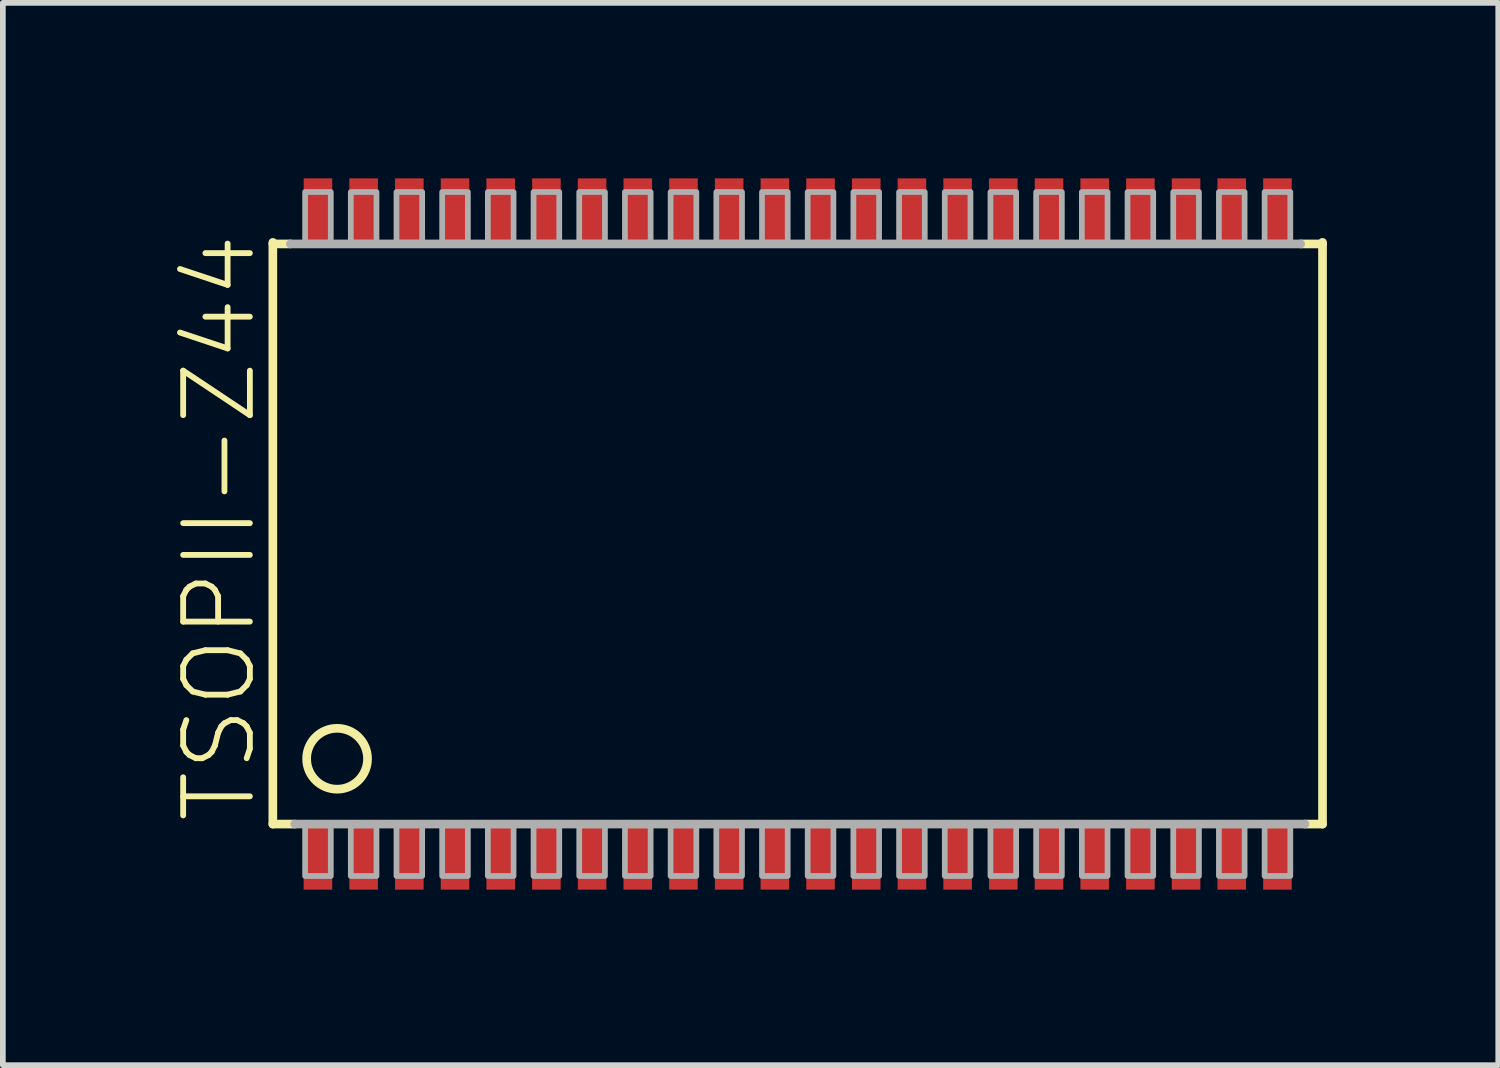
<source format=kicad_pcb>
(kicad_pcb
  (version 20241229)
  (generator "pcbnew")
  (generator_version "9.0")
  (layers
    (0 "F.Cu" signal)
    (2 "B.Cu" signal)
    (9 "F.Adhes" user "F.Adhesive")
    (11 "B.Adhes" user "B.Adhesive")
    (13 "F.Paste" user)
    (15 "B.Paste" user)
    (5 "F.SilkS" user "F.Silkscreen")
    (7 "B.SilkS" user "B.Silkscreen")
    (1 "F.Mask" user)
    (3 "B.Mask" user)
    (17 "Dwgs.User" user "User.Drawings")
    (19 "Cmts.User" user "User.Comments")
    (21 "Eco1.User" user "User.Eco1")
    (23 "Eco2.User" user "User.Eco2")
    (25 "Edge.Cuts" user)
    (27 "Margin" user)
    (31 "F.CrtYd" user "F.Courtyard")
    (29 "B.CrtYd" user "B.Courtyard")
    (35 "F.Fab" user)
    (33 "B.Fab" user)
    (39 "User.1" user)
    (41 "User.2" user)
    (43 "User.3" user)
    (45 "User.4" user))
  (footprint "TSOPII-Z44"
    (layer "F.Cu")
    (at 10.917 6.3)
    (property "Reference" "TSOPII-Z44" (at -9.444 5.105 90) (unlocked yes) (layer "F.SilkS") (effects (font (size 1.168 1.168) (thickness 0.102)) (justify left bottom)))
    (fp_poly (pts (xy -8.725 6.3) (xy -8.075 6.3) (xy -8.075 4.975) (xy -8.725 4.975)) (stroke (width 0) (type default)) (fill yes) (layer "F.Mask"))
    (fp_poly (pts (xy -8.075 -6.3) (xy -8.725 -6.3) (xy -8.725 -4.975) (xy -8.075 -4.975)) (stroke (width 0) (type default)) (fill yes) (layer "F.Mask"))
    (fp_poly (pts (xy -7.925 6.3) (xy -7.275 6.3) (xy -7.275 4.975) (xy -7.925 4.975)) (stroke (width 0) (type default)) (fill yes) (layer "F.Mask"))
    (fp_poly (pts (xy -7.275 -6.3) (xy -7.925 -6.3) (xy -7.925 -4.975) (xy -7.275 -4.975)) (stroke (width 0) (type default)) (fill yes) (layer "F.Mask"))
    (fp_poly (pts (xy -7.125 6.3) (xy -6.475 6.3) (xy -6.475 4.975) (xy -7.125 4.975)) (stroke (width 0) (type default)) (fill yes) (layer "F.Mask"))
    (fp_poly (pts (xy -6.475 -6.3) (xy -7.125 -6.3) (xy -7.125 -4.975) (xy -6.475 -4.975)) (stroke (width 0) (type default)) (fill yes) (layer "F.Mask"))
    (fp_poly (pts (xy -6.325 6.3) (xy -5.675 6.3) (xy -5.675 4.975) (xy -6.325 4.975)) (stroke (width 0) (type default)) (fill yes) (layer "F.Mask"))
    (fp_poly (pts (xy -5.675 -6.3) (xy -6.325 -6.3) (xy -6.325 -4.975) (xy -5.675 -4.975)) (stroke (width 0) (type default)) (fill yes) (layer "F.Mask"))
    (fp_poly (pts (xy -5.525 6.3) (xy -4.875 6.3) (xy -4.875 4.975) (xy -5.525 4.975)) (stroke (width 0) (type default)) (fill yes) (layer "F.Mask"))
    (fp_poly (pts (xy -4.875 -6.3) (xy -5.525 -6.3) (xy -5.525 -4.975) (xy -4.875 -4.975)) (stroke (width 0) (type default)) (fill yes) (layer "F.Mask"))
    (fp_poly (pts (xy -4.725 6.3) (xy -4.075 6.3) (xy -4.075 4.975) (xy -4.725 4.975)) (stroke (width 0) (type default)) (fill yes) (layer "F.Mask"))
    (fp_poly (pts (xy -4.075 -6.3) (xy -4.725 -6.3) (xy -4.725 -4.975) (xy -4.075 -4.975)) (stroke (width 0) (type default)) (fill yes) (layer "F.Mask"))
    (fp_poly (pts (xy -3.925 6.3) (xy -3.275 6.3) (xy -3.275 4.975) (xy -3.925 4.975)) (stroke (width 0) (type default)) (fill yes) (layer "F.Mask"))
    (fp_poly (pts (xy -3.275 -6.3) (xy -3.925 -6.3) (xy -3.925 -4.975) (xy -3.275 -4.975)) (stroke (width 0) (type default)) (fill yes) (layer "F.Mask"))
    (fp_poly (pts (xy -3.125 6.3) (xy -2.475 6.3) (xy -2.475 4.975) (xy -3.125 4.975)) (stroke (width 0) (type default)) (fill yes) (layer "F.Mask"))
    (fp_poly (pts (xy -2.475 -6.3) (xy -3.125 -6.3) (xy -3.125 -4.975) (xy -2.475 -4.975)) (stroke (width 0) (type default)) (fill yes) (layer "F.Mask"))
    (fp_poly (pts (xy -2.325 6.3) (xy -1.675 6.3) (xy -1.675 4.975) (xy -2.325 4.975)) (stroke (width 0) (type default)) (fill yes) (layer "F.Mask"))
    (fp_poly (pts (xy -1.675 -6.3) (xy -2.325 -6.3) (xy -2.325 -4.975) (xy -1.675 -4.975)) (stroke (width 0) (type default)) (fill yes) (layer "F.Mask"))
    (fp_poly (pts (xy -1.525 6.3) (xy -0.875 6.3) (xy -0.875 4.975) (xy -1.525 4.975)) (stroke (width 0) (type default)) (fill yes) (layer "F.Mask"))
    (fp_poly (pts (xy -0.875 -6.3) (xy -1.525 -6.3) (xy -1.525 -4.975) (xy -0.875 -4.975)) (stroke (width 0) (type default)) (fill yes) (layer "F.Mask"))
    (fp_poly (pts (xy -0.725 6.3) (xy -0.075 6.3) (xy -0.075 4.975) (xy -0.725 4.975)) (stroke (width 0) (type default)) (fill yes) (layer "F.Mask"))
    (fp_poly (pts (xy -0.075 -6.3) (xy -0.725 -6.3) (xy -0.725 -4.975) (xy -0.075 -4.975)) (stroke (width 0) (type default)) (fill yes) (layer "F.Mask"))
    (fp_poly (pts (xy 0.075 6.3) (xy 0.725 6.3) (xy 0.725 4.975) (xy 0.075 4.975)) (stroke (width 0) (type default)) (fill yes) (layer "F.Mask"))
    (fp_poly (pts (xy 0.725 -6.3) (xy 0.075 -6.3) (xy 0.075 -4.975) (xy 0.725 -4.975)) (stroke (width 0) (type default)) (fill yes) (layer "F.Mask"))
    (fp_poly (pts (xy 0.875 6.3) (xy 1.525 6.3) (xy 1.525 4.975) (xy 0.875 4.975)) (stroke (width 0) (type default)) (fill yes) (layer "F.Mask"))
    (fp_poly (pts (xy 1.525 -6.3) (xy 0.875 -6.3) (xy 0.875 -4.975) (xy 1.525 -4.975)) (stroke (width 0) (type default)) (fill yes) (layer "F.Mask"))
    (fp_poly (pts (xy 1.675 6.3) (xy 2.325 6.3) (xy 2.325 4.975) (xy 1.675 4.975)) (stroke (width 0) (type default)) (fill yes) (layer "F.Mask"))
    (fp_poly (pts (xy 2.325 -6.3) (xy 1.675 -6.3) (xy 1.675 -4.975) (xy 2.325 -4.975)) (stroke (width 0) (type default)) (fill yes) (layer "F.Mask"))
    (fp_poly (pts (xy 2.475 6.3) (xy 3.125 6.3) (xy 3.125 4.975) (xy 2.475 4.975)) (stroke (width 0) (type default)) (fill yes) (layer "F.Mask"))
    (fp_poly (pts (xy 3.125 -6.3) (xy 2.475 -6.3) (xy 2.475 -4.975) (xy 3.125 -4.975)) (stroke (width 0) (type default)) (fill yes) (layer "F.Mask"))
    (fp_poly (pts (xy 3.275 6.3) (xy 3.925 6.3) (xy 3.925 4.975) (xy 3.275 4.975)) (stroke (width 0) (type default)) (fill yes) (layer "F.Mask"))
    (fp_poly (pts (xy 3.925 -6.3) (xy 3.275 -6.3) (xy 3.275 -4.975) (xy 3.925 -4.975)) (stroke (width 0) (type default)) (fill yes) (layer "F.Mask"))
    (fp_poly (pts (xy 4.075 6.3) (xy 4.725 6.3) (xy 4.725 4.975) (xy 4.075 4.975)) (stroke (width 0) (type default)) (fill yes) (layer "F.Mask"))
    (fp_poly (pts (xy 4.725 -6.3) (xy 4.075 -6.3) (xy 4.075 -4.975) (xy 4.725 -4.975)) (stroke (width 0) (type default)) (fill yes) (layer "F.Mask"))
    (fp_poly (pts (xy 4.875 6.3) (xy 5.525 6.3) (xy 5.525 4.975) (xy 4.875 4.975)) (stroke (width 0) (type default)) (fill yes) (layer "F.Mask"))
    (fp_poly (pts (xy 5.525 -6.3) (xy 4.875 -6.3) (xy 4.875 -4.975) (xy 5.525 -4.975)) (stroke (width 0) (type default)) (fill yes) (layer "F.Mask"))
    (fp_poly (pts (xy 5.675 6.3) (xy 6.325 6.3) (xy 6.325 4.975) (xy 5.675 4.975)) (stroke (width 0) (type default)) (fill yes) (layer "F.Mask"))
    (fp_poly (pts (xy 6.325 -6.3) (xy 5.675 -6.3) (xy 5.675 -4.975) (xy 6.325 -4.975)) (stroke (width 0) (type default)) (fill yes) (layer "F.Mask"))
    (fp_poly (pts (xy 6.475 6.3) (xy 7.125 6.3) (xy 7.125 4.975) (xy 6.475 4.975)) (stroke (width 0) (type default)) (fill yes) (layer "F.Mask"))
    (fp_poly (pts (xy 7.125 -6.3) (xy 6.475 -6.3) (xy 6.475 -4.975) (xy 7.125 -4.975)) (stroke (width 0) (type default)) (fill yes) (layer "F.Mask"))
    (fp_poly (pts (xy 7.275 6.3) (xy 7.925 6.3) (xy 7.925 4.975) (xy 7.275 4.975)) (stroke (width 0) (type default)) (fill yes) (layer "F.Mask"))
    (fp_poly (pts (xy 7.925 -6.3) (xy 7.275 -6.3) (xy 7.275 -4.975) (xy 7.925 -4.975)) (stroke (width 0) (type default)) (fill yes) (layer "F.Mask"))
    (fp_poly (pts (xy 8.075 6.3) (xy 8.725 6.3) (xy 8.725 4.975) (xy 8.075 4.975)) (stroke (width 0) (type default)) (fill yes) (layer "F.Mask"))
    (fp_poly (pts (xy 8.725 -6.3) (xy 8.075 -6.3) (xy 8.075 -4.975) (xy 8.725 -4.975)) (stroke (width 0) (type default)) (fill yes) (layer "F.Mask"))
    (fp_line (start -9.19 -5.106) (end -9.19 5.079) (stroke (width 0.152) (type solid)) (layer "F.SilkS"))
    (fp_line (start -9.19 5.079) (end -8.807 5.079) (stroke (width 0.152) (type solid)) (layer "F.SilkS"))
    (fp_line (start -9.189 -5.079) (end -8.882 -5.079) (stroke (width 0.152) (type solid)) (layer "F.SilkS"))
    (fp_line (start 9.189 5.079) (end 8.882 5.079) (stroke (width 0.152) (type solid)) (layer "F.SilkS"))
    (fp_line (start 9.189 5.079) (end 9.189 -5.106) (stroke (width 0.152) (type solid)) (layer "F.SilkS"))
    (fp_line (start 9.19 -5.079) (end 8.807 -5.079) (stroke (width 0.152) (type solid)) (layer "F.SilkS"))
    (fp_circle (center -8.065 3.935) (end -7.532 3.935) (stroke (width 0.152) (type solid)) (fill no) (layer "F.SilkS"))
    (fp_poly (pts (xy -8.625 6.175) (xy -8.175 6.175) (xy -8.175 5.05) (xy -8.625 5.05)) (stroke (width 0) (type default)) (fill yes) (layer "F.Paste"))
    (fp_poly (pts (xy -8.175 -6.175) (xy -8.625 -6.175) (xy -8.625 -5.05) (xy -8.175 -5.05)) (stroke (width 0) (type default)) (fill yes) (layer "F.Paste"))
    (fp_poly (pts (xy -7.825 6.175) (xy -7.375 6.175) (xy -7.375 5.05) (xy -7.825 5.05)) (stroke (width 0) (type default)) (fill yes) (layer "F.Paste"))
    (fp_poly (pts (xy -7.375 -6.175) (xy -7.825 -6.175) (xy -7.825 -5.05) (xy -7.375 -5.05)) (stroke (width 0) (type default)) (fill yes) (layer "F.Paste"))
    (fp_poly (pts (xy -7.025 6.175) (xy -6.575 6.175) (xy -6.575 5.05) (xy -7.025 5.05)) (stroke (width 0) (type default)) (fill yes) (layer "F.Paste"))
    (fp_poly (pts (xy -6.575 -6.175) (xy -7.025 -6.175) (xy -7.025 -5.05) (xy -6.575 -5.05)) (stroke (width 0) (type default)) (fill yes) (layer "F.Paste"))
    (fp_poly (pts (xy -6.225 6.175) (xy -5.775 6.175) (xy -5.775 5.05) (xy -6.225 5.05)) (stroke (width 0) (type default)) (fill yes) (layer "F.Paste"))
    (fp_poly (pts (xy -5.775 -6.175) (xy -6.225 -6.175) (xy -6.225 -5.05) (xy -5.775 -5.05)) (stroke (width 0) (type default)) (fill yes) (layer "F.Paste"))
    (fp_poly (pts (xy -5.425 6.175) (xy -4.975 6.175) (xy -4.975 5.05) (xy -5.425 5.05)) (stroke (width 0) (type default)) (fill yes) (layer "F.Paste"))
    (fp_poly (pts (xy -4.975 -6.175) (xy -5.425 -6.175) (xy -5.425 -5.05) (xy -4.975 -5.05)) (stroke (width 0) (type default)) (fill yes) (layer "F.Paste"))
    (fp_poly (pts (xy -4.625 6.175) (xy -4.175 6.175) (xy -4.175 5.05) (xy -4.625 5.05)) (stroke (width 0) (type default)) (fill yes) (layer "F.Paste"))
    (fp_poly (pts (xy -4.175 -6.175) (xy -4.625 -6.175) (xy -4.625 -5.05) (xy -4.175 -5.05)) (stroke (width 0) (type default)) (fill yes) (layer "F.Paste"))
    (fp_poly (pts (xy -3.825 6.175) (xy -3.375 6.175) (xy -3.375 5.05) (xy -3.825 5.05)) (stroke (width 0) (type default)) (fill yes) (layer "F.Paste"))
    (fp_poly (pts (xy -3.375 -6.175) (xy -3.825 -6.175) (xy -3.825 -5.05) (xy -3.375 -5.05)) (stroke (width 0) (type default)) (fill yes) (layer "F.Paste"))
    (fp_poly (pts (xy -3.025 6.175) (xy -2.575 6.175) (xy -2.575 5.05) (xy -3.025 5.05)) (stroke (width 0) (type default)) (fill yes) (layer "F.Paste"))
    (fp_poly (pts (xy -2.575 -6.175) (xy -3.025 -6.175) (xy -3.025 -5.05) (xy -2.575 -5.05)) (stroke (width 0) (type default)) (fill yes) (layer "F.Paste"))
    (fp_poly (pts (xy -2.225 6.175) (xy -1.775 6.175) (xy -1.775 5.05) (xy -2.225 5.05)) (stroke (width 0) (type default)) (fill yes) (layer "F.Paste"))
    (fp_poly (pts (xy -1.775 -6.175) (xy -2.225 -6.175) (xy -2.225 -5.05) (xy -1.775 -5.05)) (stroke (width 0) (type default)) (fill yes) (layer "F.Paste"))
    (fp_poly (pts (xy -1.425 6.175) (xy -0.975 6.175) (xy -0.975 5.05) (xy -1.425 5.05)) (stroke (width 0) (type default)) (fill yes) (layer "F.Paste"))
    (fp_poly (pts (xy -0.975 -6.175) (xy -1.425 -6.175) (xy -1.425 -5.05) (xy -0.975 -5.05)) (stroke (width 0) (type default)) (fill yes) (layer "F.Paste"))
    (fp_poly (pts (xy -0.625 6.175) (xy -0.175 6.175) (xy -0.175 5.05) (xy -0.625 5.05)) (stroke (width 0) (type default)) (fill yes) (layer "F.Paste"))
    (fp_poly (pts (xy -0.175 -6.175) (xy -0.625 -6.175) (xy -0.625 -5.05) (xy -0.175 -5.05)) (stroke (width 0) (type default)) (fill yes) (layer "F.Paste"))
    (fp_poly (pts (xy 0.175 6.175) (xy 0.625 6.175) (xy 0.625 5.05) (xy 0.175 5.05)) (stroke (width 0) (type default)) (fill yes) (layer "F.Paste"))
    (fp_poly (pts (xy 0.625 -6.175) (xy 0.175 -6.175) (xy 0.175 -5.05) (xy 0.625 -5.05)) (stroke (width 0) (type default)) (fill yes) (layer "F.Paste"))
    (fp_poly (pts (xy 0.975 6.175) (xy 1.425 6.175) (xy 1.425 5.05) (xy 0.975 5.05)) (stroke (width 0) (type default)) (fill yes) (layer "F.Paste"))
    (fp_poly (pts (xy 1.425 -6.175) (xy 0.975 -6.175) (xy 0.975 -5.05) (xy 1.425 -5.05)) (stroke (width 0) (type default)) (fill yes) (layer "F.Paste"))
    (fp_poly (pts (xy 1.775 6.175) (xy 2.225 6.175) (xy 2.225 5.05) (xy 1.775 5.05)) (stroke (width 0) (type default)) (fill yes) (layer "F.Paste"))
    (fp_poly (pts (xy 2.225 -6.175) (xy 1.775 -6.175) (xy 1.775 -5.05) (xy 2.225 -5.05)) (stroke (width 0) (type default)) (fill yes) (layer "F.Paste"))
    (fp_poly (pts (xy 2.575 6.175) (xy 3.025 6.175) (xy 3.025 5.05) (xy 2.575 5.05)) (stroke (width 0) (type default)) (fill yes) (layer "F.Paste"))
    (fp_poly (pts (xy 3.025 -6.175) (xy 2.575 -6.175) (xy 2.575 -5.05) (xy 3.025 -5.05)) (stroke (width 0) (type default)) (fill yes) (layer "F.Paste"))
    (fp_poly (pts (xy 3.375 6.175) (xy 3.825 6.175) (xy 3.825 5.05) (xy 3.375 5.05)) (stroke (width 0) (type default)) (fill yes) (layer "F.Paste"))
    (fp_poly (pts (xy 3.825 -6.175) (xy 3.375 -6.175) (xy 3.375 -5.05) (xy 3.825 -5.05)) (stroke (width 0) (type default)) (fill yes) (layer "F.Paste"))
    (fp_poly (pts (xy 4.175 6.175) (xy 4.625 6.175) (xy 4.625 5.05) (xy 4.175 5.05)) (stroke (width 0) (type default)) (fill yes) (layer "F.Paste"))
    (fp_poly (pts (xy 4.625 -6.175) (xy 4.175 -6.175) (xy 4.175 -5.05) (xy 4.625 -5.05)) (stroke (width 0) (type default)) (fill yes) (layer "F.Paste"))
    (fp_poly (pts (xy 4.975 6.175) (xy 5.425 6.175) (xy 5.425 5.05) (xy 4.975 5.05)) (stroke (width 0) (type default)) (fill yes) (layer "F.Paste"))
    (fp_poly (pts (xy 5.425 -6.175) (xy 4.975 -6.175) (xy 4.975 -5.05) (xy 5.425 -5.05)) (stroke (width 0) (type default)) (fill yes) (layer "F.Paste"))
    (fp_poly (pts (xy 5.775 6.175) (xy 6.225 6.175) (xy 6.225 5.05) (xy 5.775 5.05)) (stroke (width 0) (type default)) (fill yes) (layer "F.Paste"))
    (fp_poly (pts (xy 6.225 -6.175) (xy 5.775 -6.175) (xy 5.775 -5.05) (xy 6.225 -5.05)) (stroke (width 0) (type default)) (fill yes) (layer "F.Paste"))
    (fp_poly (pts (xy 6.575 6.175) (xy 7.025 6.175) (xy 7.025 5.05) (xy 6.575 5.05)) (stroke (width 0) (type default)) (fill yes) (layer "F.Paste"))
    (fp_poly (pts (xy 7.025 -6.175) (xy 6.575 -6.175) (xy 6.575 -5.05) (xy 7.025 -5.05)) (stroke (width 0) (type default)) (fill yes) (layer "F.Paste"))
    (fp_poly (pts (xy 7.375 6.175) (xy 7.825 6.175) (xy 7.825 5.05) (xy 7.375 5.05)) (stroke (width 0) (type default)) (fill yes) (layer "F.Paste"))
    (fp_poly (pts (xy 7.825 -6.175) (xy 7.375 -6.175) (xy 7.375 -5.05) (xy 7.825 -5.05)) (stroke (width 0) (type default)) (fill yes) (layer "F.Paste"))
    (fp_poly (pts (xy 8.175 6.175) (xy 8.625 6.175) (xy 8.625 5.05) (xy 8.175 5.05)) (stroke (width 0) (type default)) (fill yes) (layer "F.Paste"))
    (fp_poly (pts (xy 8.625 -6.175) (xy 8.175 -6.175) (xy 8.175 -5.05) (xy 8.625 -5.05)) (stroke (width 0) (type default)) (fill yes) (layer "F.Paste"))
    (fp_line (start -8.807 5.079) (end 8.882 5.079) (stroke (width 0.152) (type solid)) (layer "F.Fab"))
    (fp_line (start 8.807 -5.079) (end -8.882 -5.079) (stroke (width 0.152) (type solid)) (layer "F.Fab"))
    (fp_poly (pts (xy -8.625 5.988) (xy -8.175 5.988) (xy -8.175 5.1) (xy -8.625 5.1)) (stroke (width 0.1) (type default)) (fill no) (layer "F.Fab"))
    (fp_poly (pts (xy -8.175 -5.988) (xy -8.625 -5.988) (xy -8.625 -5.1) (xy -8.175 -5.1)) (stroke (width 0.1) (type default)) (fill no) (layer "F.Fab"))
    (fp_poly (pts (xy -7.825 5.988) (xy -7.375 5.988) (xy -7.375 5.1) (xy -7.825 5.1)) (stroke (width 0.1) (type default)) (fill no) (layer "F.Fab"))
    (fp_poly (pts (xy -7.375 -5.988) (xy -7.825 -5.988) (xy -7.825 -5.1) (xy -7.375 -5.1)) (stroke (width 0.1) (type default)) (fill no) (layer "F.Fab"))
    (fp_poly (pts (xy -7.025 5.988) (xy -6.575 5.988) (xy -6.575 5.1) (xy -7.025 5.1)) (stroke (width 0.1) (type default)) (fill no) (layer "F.Fab"))
    (fp_poly (pts (xy -6.575 -5.988) (xy -7.025 -5.988) (xy -7.025 -5.1) (xy -6.575 -5.1)) (stroke (width 0.1) (type default)) (fill no) (layer "F.Fab"))
    (fp_poly (pts (xy -6.225 5.988) (xy -5.775 5.988) (xy -5.775 5.1) (xy -6.225 5.1)) (stroke (width 0.1) (type default)) (fill no) (layer "F.Fab"))
    (fp_poly (pts (xy -5.775 -5.988) (xy -6.225 -5.988) (xy -6.225 -5.1) (xy -5.775 -5.1)) (stroke (width 0.1) (type default)) (fill no) (layer "F.Fab"))
    (fp_poly (pts (xy -5.425 5.988) (xy -4.975 5.988) (xy -4.975 5.1) (xy -5.425 5.1)) (stroke (width 0.1) (type default)) (fill no) (layer "F.Fab"))
    (fp_poly (pts (xy -4.975 -5.988) (xy -5.425 -5.988) (xy -5.425 -5.1) (xy -4.975 -5.1)) (stroke (width 0.1) (type default)) (fill no) (layer "F.Fab"))
    (fp_poly (pts (xy -4.625 5.988) (xy -4.175 5.988) (xy -4.175 5.1) (xy -4.625 5.1)) (stroke (width 0.1) (type default)) (fill no) (layer "F.Fab"))
    (fp_poly (pts (xy -4.175 -5.988) (xy -4.625 -5.988) (xy -4.625 -5.1) (xy -4.175 -5.1)) (stroke (width 0.1) (type default)) (fill no) (layer "F.Fab"))
    (fp_poly (pts (xy -3.825 5.988) (xy -3.375 5.988) (xy -3.375 5.1) (xy -3.825 5.1)) (stroke (width 0.1) (type default)) (fill no) (layer "F.Fab"))
    (fp_poly (pts (xy -3.375 -5.988) (xy -3.825 -5.988) (xy -3.825 -5.1) (xy -3.375 -5.1)) (stroke (width 0.1) (type default)) (fill no) (layer "F.Fab"))
    (fp_poly (pts (xy -3.025 5.988) (xy -2.575 5.988) (xy -2.575 5.1) (xy -3.025 5.1)) (stroke (width 0.1) (type default)) (fill no) (layer "F.Fab"))
    (fp_poly (pts (xy -2.575 -5.988) (xy -3.025 -5.988) (xy -3.025 -5.1) (xy -2.575 -5.1)) (stroke (width 0.1) (type default)) (fill no) (layer "F.Fab"))
    (fp_poly (pts (xy -2.225 5.988) (xy -1.775 5.988) (xy -1.775 5.1) (xy -2.225 5.1)) (stroke (width 0.1) (type default)) (fill no) (layer "F.Fab"))
    (fp_poly (pts (xy -1.775 -5.988) (xy -2.225 -5.988) (xy -2.225 -5.1) (xy -1.775 -5.1)) (stroke (width 0.1) (type default)) (fill no) (layer "F.Fab"))
    (fp_poly (pts (xy -1.425 5.988) (xy -0.975 5.988) (xy -0.975 5.1) (xy -1.425 5.1)) (stroke (width 0.1) (type default)) (fill no) (layer "F.Fab"))
    (fp_poly (pts (xy -0.975 -5.988) (xy -1.425 -5.988) (xy -1.425 -5.1) (xy -0.975 -5.1)) (stroke (width 0.1) (type default)) (fill no) (layer "F.Fab"))
    (fp_poly (pts (xy -0.625 5.988) (xy -0.175 5.988) (xy -0.175 5.1) (xy -0.625 5.1)) (stroke (width 0.1) (type default)) (fill no) (layer "F.Fab"))
    (fp_poly (pts (xy -0.175 -5.988) (xy -0.625 -5.988) (xy -0.625 -5.1) (xy -0.175 -5.1)) (stroke (width 0.1) (type default)) (fill no) (layer "F.Fab"))
    (fp_poly (pts (xy 0.175 5.988) (xy 0.625 5.988) (xy 0.625 5.1) (xy 0.175 5.1)) (stroke (width 0.1) (type default)) (fill no) (layer "F.Fab"))
    (fp_poly (pts (xy 0.625 -5.988) (xy 0.175 -5.988) (xy 0.175 -5.1) (xy 0.625 -5.1)) (stroke (width 0.1) (type default)) (fill no) (layer "F.Fab"))
    (fp_poly (pts (xy 0.975 5.988) (xy 1.425 5.988) (xy 1.425 5.1) (xy 0.975 5.1)) (stroke (width 0.1) (type default)) (fill no) (layer "F.Fab"))
    (fp_poly (pts (xy 1.425 -5.988) (xy 0.975 -5.988) (xy 0.975 -5.1) (xy 1.425 -5.1)) (stroke (width 0.1) (type default)) (fill no) (layer "F.Fab"))
    (fp_poly (pts (xy 1.775 5.988) (xy 2.225 5.988) (xy 2.225 5.1) (xy 1.775 5.1)) (stroke (width 0.1) (type default)) (fill no) (layer "F.Fab"))
    (fp_poly (pts (xy 2.225 -5.988) (xy 1.775 -5.988) (xy 1.775 -5.1) (xy 2.225 -5.1)) (stroke (width 0.1) (type default)) (fill no) (layer "F.Fab"))
    (fp_poly (pts (xy 2.575 5.988) (xy 3.025 5.988) (xy 3.025 5.1) (xy 2.575 5.1)) (stroke (width 0.1) (type default)) (fill no) (layer "F.Fab"))
    (fp_poly (pts (xy 3.025 -5.988) (xy 2.575 -5.988) (xy 2.575 -5.1) (xy 3.025 -5.1)) (stroke (width 0.1) (type default)) (fill no) (layer "F.Fab"))
    (fp_poly (pts (xy 3.375 5.988) (xy 3.825 5.988) (xy 3.825 5.1) (xy 3.375 5.1)) (stroke (width 0.1) (type default)) (fill no) (layer "F.Fab"))
    (fp_poly (pts (xy 3.825 -5.988) (xy 3.375 -5.988) (xy 3.375 -5.1) (xy 3.825 -5.1)) (stroke (width 0.1) (type default)) (fill no) (layer "F.Fab"))
    (fp_poly (pts (xy 4.175 5.988) (xy 4.625 5.988) (xy 4.625 5.1) (xy 4.175 5.1)) (stroke (width 0.1) (type default)) (fill no) (layer "F.Fab"))
    (fp_poly (pts (xy 4.625 -5.988) (xy 4.175 -5.988) (xy 4.175 -5.1) (xy 4.625 -5.1)) (stroke (width 0.1) (type default)) (fill no) (layer "F.Fab"))
    (fp_poly (pts (xy 4.975 5.988) (xy 5.425 5.988) (xy 5.425 5.1) (xy 4.975 5.1)) (stroke (width 0.1) (type default)) (fill no) (layer "F.Fab"))
    (fp_poly (pts (xy 5.425 -5.988) (xy 4.975 -5.988) (xy 4.975 -5.1) (xy 5.425 -5.1)) (stroke (width 0.1) (type default)) (fill no) (layer "F.Fab"))
    (fp_poly (pts (xy 5.775 5.988) (xy 6.225 5.988) (xy 6.225 5.1) (xy 5.775 5.1)) (stroke (width 0.1) (type default)) (fill no) (layer "F.Fab"))
    (fp_poly (pts (xy 6.225 -5.988) (xy 5.775 -5.988) (xy 5.775 -5.1) (xy 6.225 -5.1)) (stroke (width 0.1) (type default)) (fill no) (layer "F.Fab"))
    (fp_poly (pts (xy 6.575 5.988) (xy 7.025 5.988) (xy 7.025 5.1) (xy 6.575 5.1)) (stroke (width 0.1) (type default)) (fill no) (layer "F.Fab"))
    (fp_poly (pts (xy 7.025 -5.988) (xy 6.575 -5.988) (xy 6.575 -5.1) (xy 7.025 -5.1)) (stroke (width 0.1) (type default)) (fill no) (layer "F.Fab"))
    (fp_poly (pts (xy 7.375 5.988) (xy 7.825 5.988) (xy 7.825 5.1) (xy 7.375 5.1)) (stroke (width 0.1) (type default)) (fill no) (layer "F.Fab"))
    (fp_poly (pts (xy 7.825 -5.988) (xy 7.375 -5.988) (xy 7.375 -5.1) (xy 7.825 -5.1)) (stroke (width 0.1) (type default)) (fill no) (layer "F.Fab"))
    (fp_poly (pts (xy 8.175 5.988) (xy 8.625 5.988) (xy 8.625 5.1) (xy 8.175 5.1)) (stroke (width 0.1) (type default)) (fill no) (layer "F.Fab"))
    (fp_poly (pts (xy 8.625 -5.988) (xy 8.175 -5.988) (xy 8.175 -5.1) (xy 8.625 -5.1)) (stroke (width 0.1) (type default)) (fill no) (layer "F.Fab"))
    (pad "1" smd rect (at -8.4 5.627) (size 0.5 1.2) (layers "F.Cu"))
    (pad "2" smd rect (at -7.6 5.627) (size 0.5 1.2) (layers "F.Cu"))
    (pad "3" smd rect (at -6.8 5.627) (size 0.5 1.2) (layers "F.Cu"))
    (pad "4" smd rect (at -6 5.627) (size 0.5 1.2) (layers "F.Cu"))
    (pad "5" smd rect (at -5.2 5.627) (size 0.5 1.2) (layers "F.Cu"))
    (pad "6" smd rect (at -4.4 5.627) (size 0.5 1.2) (layers "F.Cu"))
    (pad "7" smd rect (at -3.6 5.627) (size 0.5 1.2) (layers "F.Cu"))
    (pad "8" smd rect (at -2.8 5.627) (size 0.5 1.2) (layers "F.Cu"))
    (pad "9" smd rect (at -2 5.627) (size 0.5 1.2) (layers "F.Cu"))
    (pad "10" smd rect (at -1.2 5.627) (size 0.5 1.2) (layers "F.Cu"))
    (pad "11" smd rect (at -0.4 5.627) (size 0.5 1.2) (layers "F.Cu"))
    (pad "12" smd rect (at 0.4 5.627) (size 0.5 1.2) (layers "F.Cu"))
    (pad "13" smd rect (at 1.2 5.627) (size 0.5 1.2) (layers "F.Cu"))
    (pad "14" smd rect (at 2 5.627) (size 0.5 1.2) (layers "F.Cu"))
    (pad "15" smd rect (at 2.8 5.627) (size 0.5 1.2) (layers "F.Cu"))
    (pad "16" smd rect (at 3.6 5.627) (size 0.5 1.2) (layers "F.Cu"))
    (pad "17" smd rect (at 4.4 5.627) (size 0.5 1.2) (layers "F.Cu"))
    (pad "18" smd rect (at 5.2 5.627) (size 0.5 1.2) (layers "F.Cu"))
    (pad "19" smd rect (at 6 5.627) (size 0.5 1.2) (layers "F.Cu"))
    (pad "20" smd rect (at 6.8 5.627) (size 0.5 1.2) (layers "F.Cu"))
    (pad "21" smd rect (at 7.6 5.627) (size 0.5 1.2) (layers "F.Cu"))
    (pad "22" smd rect (at 8.4 5.627) (size 0.5 1.2) (layers "F.Cu"))
    (pad "23" smd rect (at 8.4 -5.627 180) (size 0.5 1.2) (layers "F.Cu"))
    (pad "24" smd rect (at 7.6 -5.627 180) (size 0.5 1.2) (layers "F.Cu"))
    (pad "25" smd rect (at 6.8 -5.627 180) (size 0.5 1.2) (layers "F.Cu"))
    (pad "26" smd rect (at 6 -5.627 180) (size 0.5 1.2) (layers "F.Cu"))
    (pad "27" smd rect (at 5.2 -5.627 180) (size 0.5 1.2) (layers "F.Cu"))
    (pad "28" smd rect (at 4.4 -5.627 180) (size 0.5 1.2) (layers "F.Cu"))
    (pad "29" smd rect (at 3.6 -5.627 180) (size 0.5 1.2) (layers "F.Cu"))
    (pad "30" smd rect (at 2.8 -5.627 180) (size 0.5 1.2) (layers "F.Cu"))
    (pad "31" smd rect (at 2 -5.627 180) (size 0.5 1.2) (layers "F.Cu"))
    (pad "32" smd rect (at 1.2 -5.627 180) (size 0.5 1.2) (layers "F.Cu"))
    (pad "33" smd rect (at 0.4 -5.627 180) (size 0.5 1.2) (layers "F.Cu"))
    (pad "34" smd rect (at -0.4 -5.627 180) (size 0.5 1.2) (layers "F.Cu"))
    (pad "35" smd rect (at -1.2 -5.627 180) (size 0.5 1.2) (layers "F.Cu"))
    (pad "36" smd rect (at -2 -5.627 180) (size 0.5 1.2) (layers "F.Cu"))
    (pad "37" smd rect (at -2.8 -5.627 180) (size 0.5 1.2) (layers "F.Cu"))
    (pad "38" smd rect (at -3.6 -5.627 180) (size 0.5 1.2) (layers "F.Cu"))
    (pad "39" smd rect (at -4.4 -5.627 180) (size 0.5 1.2) (layers "F.Cu"))
    (pad "40" smd rect (at -5.2 -5.627 180) (size 0.5 1.2) (layers "F.Cu"))
    (pad "41" smd rect (at -6 -5.627 180) (size 0.5 1.2) (layers "F.Cu"))
    (pad "42" smd rect (at -6.8 -5.627 180) (size 0.5 1.2) (layers "F.Cu"))
    (pad "43" smd rect (at -7.6 -5.627 180) (size 0.5 1.2) (layers "F.Cu"))
    (pad "44" smd rect (at -8.4 -5.627 180) (size 0.5 1.2) (layers "F.Cu")))
  (gr_rect
    (start -3 -3)
    (end 23.183 15.6)
    (stroke (width 0.1) (type default))
    (fill no)
    (layer "Edge.Cuts")))
</source>
